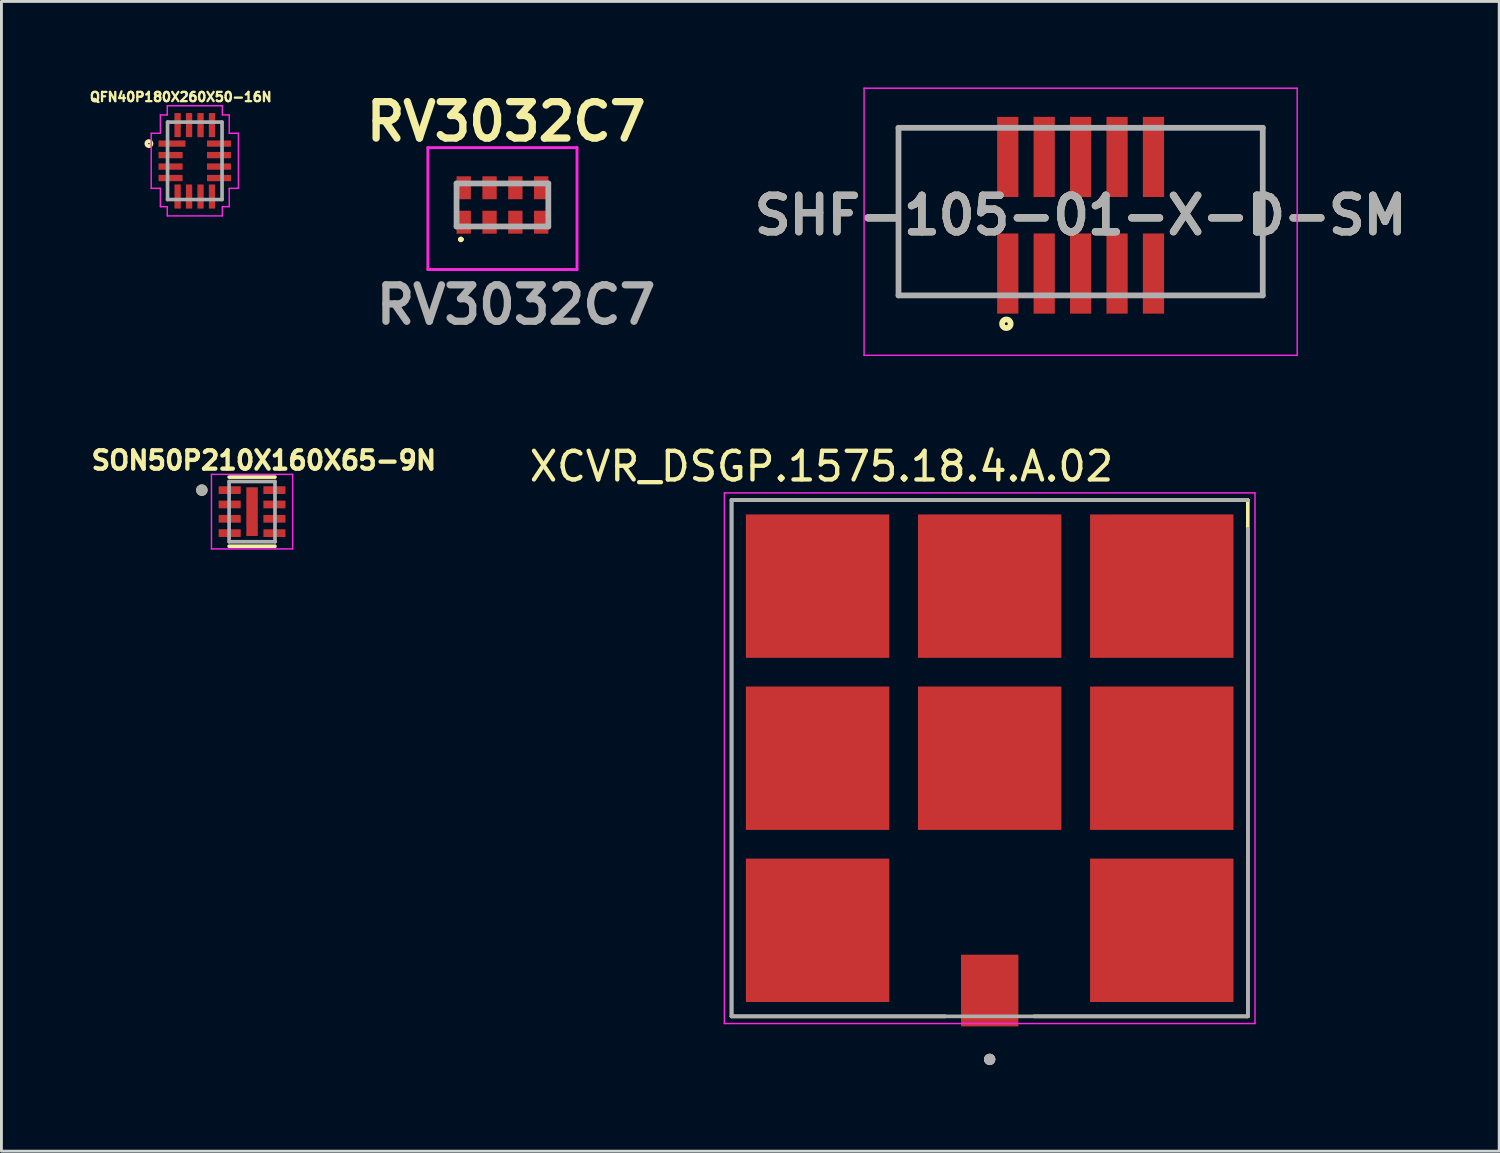
<source format=kicad_pcb>
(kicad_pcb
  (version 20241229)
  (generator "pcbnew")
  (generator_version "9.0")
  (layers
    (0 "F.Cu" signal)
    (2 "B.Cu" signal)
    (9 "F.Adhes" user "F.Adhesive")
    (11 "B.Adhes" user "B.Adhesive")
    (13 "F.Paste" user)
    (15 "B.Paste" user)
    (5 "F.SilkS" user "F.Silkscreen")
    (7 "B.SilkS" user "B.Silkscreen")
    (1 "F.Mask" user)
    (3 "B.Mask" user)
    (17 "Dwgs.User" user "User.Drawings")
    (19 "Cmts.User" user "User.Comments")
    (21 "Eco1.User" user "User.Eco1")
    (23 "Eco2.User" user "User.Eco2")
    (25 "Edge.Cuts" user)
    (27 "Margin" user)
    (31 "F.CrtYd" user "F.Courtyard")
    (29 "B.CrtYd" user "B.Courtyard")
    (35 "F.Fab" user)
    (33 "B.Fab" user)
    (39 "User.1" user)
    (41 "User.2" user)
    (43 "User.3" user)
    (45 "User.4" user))
  (footprint "XCVR_DSGP.1575.18.4.A.02"
    (layer "F.Cu")
    (at 31.456 23.386)
    (property "Reference" "XCVR_DSGP.1575.18.4.A.02" (at -5.865 -10.175 0) (layer "F.SilkS") (effects (font (size 1 1) (thickness 0.15))))
    (attr smd)
    (fp_line (start -9 -9) (end 9 -9) (stroke (width 0.127) (type solid)) (layer "F.SilkS"))
    (fp_line (start -9 9) (end -9 -9) (stroke (width 0.127) (type solid)) (layer "F.SilkS"))
    (fp_line (start -1.55 9) (end -9 9) (stroke (width 0.127) (type solid)) (layer "F.SilkS"))
    (fp_line (start 9 -9) (end 9 9) (stroke (width 0.127) (type solid)) (layer "F.SilkS"))
    (fp_line (start 9 9) (end 1.55 9) (stroke (width 0.127) (type solid)) (layer "F.SilkS"))
    (fp_circle (center 0 10.5) (end 0.1 10.5) (stroke (width 0.2) (type solid)) (fill no) (layer "F.SilkS"))
    (fp_poly (pts (xy -7.9 -7.9) (xy -4.1 -7.9) (xy -4.1 -4.1) (xy -7.9 -4.1)) (stroke (width 0.01) (type solid)) (fill yes) (layer "F.Paste"))
    (fp_poly (pts (xy -7.9 -1.9) (xy -4.1 -1.9) (xy -4.1 1.9) (xy -7.9 1.9)) (stroke (width 0.01) (type solid)) (fill yes) (layer "F.Paste"))
    (fp_poly (pts (xy -7.9 4.1) (xy -4.1 4.1) (xy -4.1 7.9) (xy -7.9 7.9)) (stroke (width 0.01) (type solid)) (fill yes) (layer "F.Paste"))
    (fp_poly (pts (xy -1.9 -7.9) (xy 1.9 -7.9) (xy 1.9 -4.1) (xy -1.9 -4.1)) (stroke (width 0.01) (type solid)) (fill yes) (layer "F.Paste"))
    (fp_poly (pts (xy -1.9 -1.9) (xy 1.9 -1.9) (xy 1.9 1.9) (xy -1.9 1.9)) (stroke (width 0.01) (type solid)) (fill yes) (layer "F.Paste"))
    (fp_poly (pts (xy -0.75 7.162) (xy 0.75 7.162) (xy 0.75 9.037) (xy -0.75 9.037)) (stroke (width 0.01) (type solid)) (fill yes) (layer "F.Paste"))
    (fp_poly (pts (xy 4.1 -7.9) (xy 7.9 -7.9) (xy 7.9 -4.1) (xy 4.1 -4.1)) (stroke (width 0.01) (type solid)) (fill yes) (layer "F.Paste"))
    (fp_poly (pts (xy 4.1 -1.9) (xy 7.9 -1.9) (xy 7.9 1.9) (xy 4.1 1.9)) (stroke (width 0.01) (type solid)) (fill yes) (layer "F.Paste"))
    (fp_poly (pts (xy 4.1 4.1) (xy 7.9 4.1) (xy 7.9 7.9) (xy 4.1 7.9)) (stroke (width 0.01) (type solid)) (fill yes) (layer "F.Paste"))
    (fp_line (start -9.25 -9.25) (end -9.25 9.25) (stroke (width 0.05) (type solid)) (layer "F.CrtYd"))
    (fp_line (start -9.25 -9.25) (end 9.25 -9.25) (stroke (width 0.05) (type solid)) (layer "F.CrtYd"))
    (fp_line (start 9.25 -9.25) (end 9.25 9.25) (stroke (width 0.05) (type solid)) (layer "F.CrtYd"))
    (fp_line (start 9.25 9.25) (end -9.25 9.25) (stroke (width 0.05) (type solid)) (layer "F.CrtYd"))
    (fp_line (start -9 -9) (end 9 -9) (stroke (width 0.127) (type solid)) (layer "F.Fab"))
    (fp_line (start -9 9) (end -9 -9) (stroke (width 0.127) (type solid)) (layer "F.Fab"))
    (fp_line (start 9 -8) (end 9 9) (stroke (width 0.127) (type solid)) (layer "F.Fab"))
    (fp_line (start 9 9) (end -9 9) (stroke (width 0.127) (type solid)) (layer "F.Fab"))
    (fp_circle (center 0 10.5) (end 0.1 10.5) (stroke (width 0.2) (type solid)) (fill no) (layer "F.Fab"))
    (pad "1" smd rect (at 0 8.1) (size 2 2.5) (layers "F.Cu" "F.Mask"))
    (pad "2" smd rect (at -6 6) (size 5 5) (layers "F.Cu" "F.Mask"))
    (pad "3" smd rect (at -6 0) (size 5 5) (layers "F.Cu" "F.Mask"))
    (pad "4" smd rect (at -6 -6) (size 5 5) (layers "F.Cu" "F.Mask"))
    (pad "5" smd rect (at 0 0) (size 5 5) (layers "F.Cu" "F.Mask"))
    (pad "6" smd rect (at 0 -6) (size 5 5) (layers "F.Cu" "F.Mask"))
    (pad "7" smd rect (at 6 6) (size 5 5) (layers "F.Cu" "F.Mask"))
    (pad "8" smd rect (at 6 0) (size 5 5) (layers "F.Cu" "F.Mask"))
    (pad "9" smd rect (at 6 -6) (size 5 5) (layers "F.Cu" "F.Mask"))
    (zone (net_name "") (layer "F.Cu") (hatch full 0.508) (connect_pads) (min_thickness 0.01) (filled_areas_thickness no) (keepout (tracks not_allowed) (vias not_allowed) (pads not_allowed) (copperpour not_allowed) (footprints allowed)) (placement (enabled no)) (fill) (polygon (pts (xy 30.456 33.236) (xy 29.456 33.236) (xy 29.456 29.736) (xy 33.456 29.736) (xy 33.456 33.236) (xy 32.456 33.236) (xy 32.456 30.236) (xy 30.456 30.236))))
    (zone (net_name "") (layers "F.Cu" "B.Cu") (hatch full 0.508) (connect_pads) (min_thickness 0.01) (filled_areas_thickness no) (keepout (tracks allowed) (vias not_allowed) (pads allowed) (copperpour allowed) (footprints allowed)) (placement (enabled no)) (fill) (polygon (pts (xy 30.456 33.236) (xy 29.456 33.236) (xy 29.456 29.736) (xy 33.456 29.736) (xy 33.456 33.236) (xy 32.456 33.236) (xy 32.456 30.236) (xy 30.456 30.236))))
    (zone (net_name "") (layer "B.Cu") (hatch full 0.508) (connect_pads) (min_thickness 0.01) (filled_areas_thickness no) (keepout (tracks not_allowed) (vias not_allowed) (pads not_allowed) (copperpour not_allowed) (footprints allowed)) (placement (enabled no)) (fill) (polygon (pts (xy 30.456 33.236) (xy 29.456 33.236) (xy 29.456 29.736) (xy 33.456 29.736) (xy 33.456 33.236) (xy 32.456 33.236) (xy 32.456 30.236) (xy 30.456 30.236)))))
  (footprint "QFN40P180X260X50-16N"
    (layer "F.Cu")
    (at 3.742 2.557)
    (property "Reference" "QFN40P180X260X50-16N" (at -0.489 -2.226 0) (layer "F.SilkS") (effects (font (size 0.323 0.323) (thickness 0.15))))
    (attr smd)
    (fp_circle (center -1.6 -0.6) (end -1.51 -0.6) (stroke (width 0.13) (type solid)) (fill no) (layer "F.SilkS"))
    (fp_line (start -1.52 -0.96) (end -1.52 0.96) (stroke (width 0.05) (type solid)) (layer "F.CrtYd"))
    (fp_line (start -1.52 0.96) (end -1.2 0.96) (stroke (width 0.05) (type solid)) (layer "F.CrtYd"))
    (fp_line (start -1.2 -1.6) (end -1.2 -0.96) (stroke (width 0.05) (type solid)) (layer "F.CrtYd"))
    (fp_line (start -1.2 -0.96) (end -1.52 -0.96) (stroke (width 0.05) (type solid)) (layer "F.CrtYd"))
    (fp_line (start -1.2 0.96) (end -1.2 1.6) (stroke (width 0.05) (type solid)) (layer "F.CrtYd"))
    (fp_line (start -1.2 1.6) (end -0.96 1.6) (stroke (width 0.05) (type solid)) (layer "F.CrtYd"))
    (fp_line (start -0.96 -1.92) (end -0.96 -1.6) (stroke (width 0.05) (type solid)) (layer "F.CrtYd"))
    (fp_line (start -0.96 -1.6) (end -1.2 -1.6) (stroke (width 0.05) (type solid)) (layer "F.CrtYd"))
    (fp_line (start -0.96 1.6) (end -0.96 1.92) (stroke (width 0.05) (type solid)) (layer "F.CrtYd"))
    (fp_line (start -0.96 1.92) (end 0.96 1.92) (stroke (width 0.05) (type solid)) (layer "F.CrtYd"))
    (fp_line (start 0.96 -1.92) (end -0.96 -1.92) (stroke (width 0.05) (type solid)) (layer "F.CrtYd"))
    (fp_line (start 0.96 -1.6) (end 0.96 -1.92) (stroke (width 0.05) (type solid)) (layer "F.CrtYd"))
    (fp_line (start 0.96 1.6) (end 1.2 1.6) (stroke (width 0.05) (type solid)) (layer "F.CrtYd"))
    (fp_line (start 0.96 1.92) (end 0.96 1.6) (stroke (width 0.05) (type solid)) (layer "F.CrtYd"))
    (fp_line (start 1.2 -1.6) (end 0.96 -1.6) (stroke (width 0.05) (type solid)) (layer "F.CrtYd"))
    (fp_line (start 1.2 -0.96) (end 1.2 -1.6) (stroke (width 0.05) (type solid)) (layer "F.CrtYd"))
    (fp_line (start 1.2 0.96) (end 1.52 0.96) (stroke (width 0.05) (type solid)) (layer "F.CrtYd"))
    (fp_line (start 1.2 1.6) (end 1.2 0.96) (stroke (width 0.05) (type solid)) (layer "F.CrtYd"))
    (fp_line (start 1.52 -0.96) (end 1.2 -0.96) (stroke (width 0.05) (type solid)) (layer "F.CrtYd"))
    (fp_line (start 1.52 0.96) (end 1.52 -0.96) (stroke (width 0.05) (type solid)) (layer "F.CrtYd"))
    (fp_line (start -0.95 -1.35) (end -0.95 1.35) (stroke (width 0.127) (type solid)) (layer "F.Fab"))
    (fp_line (start -0.95 1.35) (end 0.95 1.35) (stroke (width 0.127) (type solid)) (layer "F.Fab"))
    (fp_line (start 0.95 -1.35) (end -0.95 -1.35) (stroke (width 0.127) (type solid)) (layer "F.Fab"))
    (fp_line (start 0.95 1.35) (end 0.95 -1.35) (stroke (width 0.127) (type solid)) (layer "F.Fab"))
    (pad "1" smd roundrect (at -0.795 -0.6) (size 0.94 0.22) (layers "F.Cu" "F.Mask" "F.Paste") (roundrect_rratio 0.06))
    (pad "2" smd roundrect (at -0.845 -0.2) (size 0.84 0.22) (layers "F.Cu" "F.Mask" "F.Paste") (roundrect_rratio 0.06))
    (pad "3" smd roundrect (at -0.845 0.2) (size 0.84 0.22) (layers "F.Cu" "F.Mask" "F.Paste") (roundrect_rratio 0.06))
    (pad "4" smd roundrect (at -0.845 0.6) (size 0.84 0.22) (layers "F.Cu" "F.Mask" "F.Paste") (roundrect_rratio 0.06))
    (pad "5" smd roundrect (at -0.6 1.245 90) (size 0.84 0.22) (layers "F.Cu" "F.Mask" "F.Paste") (roundrect_rratio 0.06))
    (pad "6" smd roundrect (at -0.2 1.245 90) (size 0.84 0.22) (layers "F.Cu" "F.Mask" "F.Paste") (roundrect_rratio 0.06))
    (pad "7" smd roundrect (at 0.2 1.245 90) (size 0.84 0.22) (layers "F.Cu" "F.Mask" "F.Paste") (roundrect_rratio 0.06))
    (pad "8" smd roundrect (at 0.6 1.245 90) (size 0.84 0.22) (layers "F.Cu" "F.Mask" "F.Paste") (roundrect_rratio 0.06))
    (pad "9" smd roundrect (at 0.845 0.6 180) (size 0.84 0.22) (layers "F.Cu" "F.Mask" "F.Paste") (roundrect_rratio 0.06))
    (pad "10" smd roundrect (at 0.845 0.2 180) (size 0.84 0.22) (layers "F.Cu" "F.Mask" "F.Paste") (roundrect_rratio 0.06))
    (pad "11" smd roundrect (at 0.845 -0.2 180) (size 0.84 0.22) (layers "F.Cu" "F.Mask" "F.Paste") (roundrect_rratio 0.06))
    (pad "12" smd roundrect (at 0.845 -0.6 180) (size 0.84 0.22) (layers "F.Cu" "F.Mask" "F.Paste") (roundrect_rratio 0.06))
    (pad "13" smd roundrect (at 0.6 -1.245 270) (size 0.84 0.22) (layers "F.Cu" "F.Mask" "F.Paste") (roundrect_rratio 0.06))
    (pad "14" smd roundrect (at 0.2 -1.245 270) (size 0.84 0.22) (layers "F.Cu" "F.Mask" "F.Paste") (roundrect_rratio 0.06))
    (pad "15" smd roundrect (at -0.2 -1.245 270) (size 0.84 0.22) (layers "F.Cu" "F.Mask" "F.Paste") (roundrect_rratio 0.06))
    (pad "16" smd roundrect (at -0.6 -1.245 270) (size 0.84 0.22) (layers "F.Cu" "F.Mask" "F.Paste") (roundrect_rratio 0.06)))
  (footprint "RV3032C7"
    (layer "F.Cu")
    (at 14.468 4.097)
    (property "Reference" "RV3032C7" (at 0.131 -2.908 0) (layer "F.SilkS") (effects (font (size 1.27 1.27) (thickness 0.254))))
    (attr smd)
    (fp_line (start -1.5 1.2) (end -1.5 1.2) (stroke (width 0.1) (type solid)) (layer "F.SilkS"))
    (fp_line (start -1.4 1.2) (end -1.4 1.2) (stroke (width 0.1) (type solid)) (layer "F.SilkS"))
    (fp_arc (start -1.5 1.2) (mid -1.45 1.15) (end -1.4 1.2) (stroke (width 0.1) (type solid)) (layer "F.SilkS"))
    (fp_arc (start -1.4 1.2) (mid -1.45 1.25) (end -1.5 1.2) (stroke (width 0.1) (type solid)) (layer "F.SilkS"))
    (fp_line (start -2.6 -2) (end 2.6 -2) (stroke (width 0.1) (type solid)) (layer "F.CrtYd"))
    (fp_line (start -2.6 2.25) (end -2.6 -2) (stroke (width 0.1) (type solid)) (layer "F.CrtYd"))
    (fp_line (start 2.6 -2) (end 2.6 2.25) (stroke (width 0.1) (type solid)) (layer "F.CrtYd"))
    (fp_line (start 2.6 2.25) (end -2.6 2.25) (stroke (width 0.1) (type solid)) (layer "F.CrtYd"))
    (fp_line (start -1.6 -0.75) (end 1.6 -0.75) (stroke (width 0.2) (type solid)) (layer "F.Fab"))
    (fp_line (start -1.6 0.75) (end -1.6 -0.75) (stroke (width 0.2) (type solid)) (layer "F.Fab"))
    (fp_line (start 1.6 -0.75) (end 1.6 0.75) (stroke (width 0.2) (type solid)) (layer "F.Fab"))
    (fp_line (start 1.6 0.75) (end -1.6 0.75) (stroke (width 0.2) (type solid)) (layer "F.Fab"))
    (fp_text user "${REFERENCE}" (at 0.474 3.479 0) (layer "F.Fab") (effects (font (size 1.27 1.27) (thickness 0.254))))
    (pad "1" smd rect (at -1.35 0.6) (size 0.5 0.8) (layers "F.Cu" "F.Mask" "F.Paste"))
    (pad "2" smd rect (at -0.45 0.6) (size 0.5 0.8) (layers "F.Cu" "F.Mask" "F.Paste"))
    (pad "3" smd rect (at 0.45 0.6) (size 0.5 0.8) (layers "F.Cu" "F.Mask" "F.Paste"))
    (pad "4" smd rect (at 1.35 0.6) (size 0.5 0.8) (layers "F.Cu" "F.Mask" "F.Paste"))
    (pad "5" smd rect (at 1.35 -0.6) (size 0.5 0.8) (layers "F.Cu" "F.Mask" "F.Paste"))
    (pad "6" smd rect (at 0.45 -0.6) (size 0.5 0.8) (layers "F.Cu" "F.Mask" "F.Paste"))
    (pad "7" smd rect (at -0.45 -0.6) (size 0.5 0.8) (layers "F.Cu" "F.Mask" "F.Paste"))
    (pad "8" smd rect (at -1.35 -0.6) (size 0.5 0.8) (layers "F.Cu" "F.Mask" "F.Paste")))
  (footprint "SHF-105-01-X-D-SM"
    (layer "F.Cu")
    (at 34.627 4.455)
    (property "Reference" "SHF-105-01-X-D-SM" (at 0 0 0) (layer "F.SilkS") (effects (font (size 1.27 1.27) (thickness 0.254))))
    (attr smd)
    (fp_line (start -6.35 2.795) (end -6.35 -3.05) (stroke (width 0.1) (type solid)) (layer "F.SilkS"))
    (fp_line (start 6.35 -3.05) (end 6.35 2.795) (stroke (width 0.1) (type solid)) (layer "F.SilkS"))
    (fp_circle (center -2.59 3.783) (end -2.59 3.833) (stroke (width 0.2) (type solid)) (fill no) (layer "F.SilkS"))
    (fp_line (start -7.55 -4.43) (end 7.55 -4.43) (stroke (width 0.05) (type solid)) (layer "F.CrtYd"))
    (fp_line (start -7.55 4.883) (end -7.55 -4.43) (stroke (width 0.05) (type solid)) (layer "F.CrtYd"))
    (fp_line (start 7.55 -4.43) (end 7.55 4.883) (stroke (width 0.05) (type solid)) (layer "F.CrtYd"))
    (fp_line (start 7.55 4.883) (end -7.55 4.883) (stroke (width 0.05) (type solid)) (layer "F.CrtYd"))
    (fp_line (start -6.35 -3.05) (end 6.35 -3.05) (stroke (width 0.2) (type solid)) (layer "F.Fab"))
    (fp_line (start -6.35 2.795) (end -6.35 -3.05) (stroke (width 0.2) (type solid)) (layer "F.Fab"))
    (fp_line (start 6.35 -3.05) (end 6.35 2.795) (stroke (width 0.2) (type solid)) (layer "F.Fab"))
    (fp_line (start 6.35 2.795) (end -6.35 2.795) (stroke (width 0.2) (type solid)) (layer "F.Fab"))
    (fp_text user "${REFERENCE}" (at 0 0 0) (layer "F.Fab") (effects (font (size 1.27 1.27) (thickness 0.254))))
    (pad "1" smd rect (at -2.54 2.033) (size 0.74 2.795) (layers "F.Cu" "F.Mask" "F.Paste"))
    (pad "2" smd rect (at -2.54 -2.033) (size 0.74 2.795) (layers "F.Cu" "F.Mask" "F.Paste"))
    (pad "3" smd rect (at -1.27 2.033) (size 0.74 2.795) (layers "F.Cu" "F.Mask" "F.Paste"))
    (pad "4" smd rect (at -1.27 -2.033) (size 0.74 2.795) (layers "F.Cu" "F.Mask" "F.Paste"))
    (pad "5" smd rect (at 0 2.033) (size 0.74 2.795) (layers "F.Cu" "F.Mask" "F.Paste"))
    (pad "6" smd rect (at 0 -2.033) (size 0.74 2.795) (layers "F.Cu" "F.Mask" "F.Paste"))
    (pad "7" smd rect (at 1.27 2.033) (size 0.74 2.795) (layers "F.Cu" "F.Mask" "F.Paste"))
    (pad "8" smd rect (at 1.27 -2.033) (size 0.74 2.795) (layers "F.Cu" "F.Mask" "F.Paste"))
    (pad "9" smd rect (at 2.54 2.033) (size 0.74 2.795) (layers "F.Cu" "F.Mask" "F.Paste"))
    (pad "10" smd rect (at 2.54 -2.033) (size 0.74 2.795) (layers "F.Cu" "F.Mask" "F.Paste")))
  (footprint "SON50P210X160X65-9N"
    (layer "F.Cu")
    (at 5.738 14.789)
    (property "Reference" "SON50P210X160X65-9N" (at 0.412 -1.788 0) (layer "F.SilkS") (effects (font (size 0.64 0.64) (thickness 0.15))))
    (attr smd)
    (fp_line (start -0.8 -1.205) (end 0.8 -1.205) (stroke (width 0.127) (type solid)) (layer "F.SilkS"))
    (fp_line (start -0.8 1.205) (end 0.8 1.205) (stroke (width 0.127) (type solid)) (layer "F.SilkS"))
    (fp_circle (center -1.75 -0.75) (end -1.65 -0.75) (stroke (width 0.2) (type solid)) (fill no) (layer "F.SilkS"))
    (fp_poly (pts (xy -0.13 -0.54) (xy 0.13 -0.54) (xy 0.13 0.54) (xy -0.13 0.54)) (stroke (width 0.01) (type solid)) (fill yes) (layer "F.Paste"))
    (fp_line (start -1.415 -1.3) (end -1.415 1.3) (stroke (width 0.05) (type solid)) (layer "F.CrtYd"))
    (fp_line (start -1.415 -1.3) (end 1.415 -1.3) (stroke (width 0.05) (type solid)) (layer "F.CrtYd"))
    (fp_line (start -1.415 1.3) (end 1.415 1.3) (stroke (width 0.05) (type solid)) (layer "F.CrtYd"))
    (fp_line (start 1.415 -1.3) (end 1.415 1.3) (stroke (width 0.05) (type solid)) (layer "F.CrtYd"))
    (fp_line (start -0.8 -1.05) (end -0.8 1.05) (stroke (width 0.127) (type solid)) (layer "F.Fab"))
    (fp_line (start -0.8 -1.05) (end 0.8 -1.05) (stroke (width 0.127) (type solid)) (layer "F.Fab"))
    (fp_line (start -0.8 1.05) (end 0.8 1.05) (stroke (width 0.127) (type solid)) (layer "F.Fab"))
    (fp_line (start 0.8 -1.05) (end 0.8 1.05) (stroke (width 0.127) (type solid)) (layer "F.Fab"))
    (fp_circle (center -1.75 -0.75) (end -1.65 -0.75) (stroke (width 0.2) (type solid)) (fill no) (layer "F.Fab"))
    (pad "1" smd roundrect (at -0.78 -0.75) (size 0.77 0.27) (layers "F.Cu" "F.Mask" "F.Paste") (roundrect_rratio 0.03))
    (pad "2" smd roundrect (at -0.78 -0.25) (size 0.77 0.27) (layers "F.Cu" "F.Mask" "F.Paste") (roundrect_rratio 0.03))
    (pad "3" smd roundrect (at -0.78 0.25) (size 0.77 0.27) (layers "F.Cu" "F.Mask" "F.Paste") (roundrect_rratio 0.03))
    (pad "4" smd roundrect (at -0.78 0.75) (size 0.77 0.27) (layers "F.Cu" "F.Mask" "F.Paste") (roundrect_rratio 0.03))
    (pad "5" smd roundrect (at 0.78 0.75) (size 0.77 0.27) (layers "F.Cu" "F.Mask" "F.Paste") (roundrect_rratio 0.03))
    (pad "6" smd roundrect (at 0.78 0.25) (size 0.77 0.27) (layers "F.Cu" "F.Mask" "F.Paste") (roundrect_rratio 0.03))
    (pad "7" smd roundrect (at 0.78 -0.25) (size 0.77 0.27) (layers "F.Cu" "F.Mask" "F.Paste") (roundrect_rratio 0.03))
    (pad "8" smd roundrect (at 0.78 -0.75) (size 0.77 0.27) (layers "F.Cu" "F.Mask" "F.Paste") (roundrect_rratio 0.03))
    (pad "9" smd rect (at 0 0) (size 0.4 1.7) (layers "F.Cu" "F.Mask")))
  (gr_rect
    (start -3 -3)
    (end 49.221 37.086)
    (stroke (width 0.1) (type default))
    (fill no)
    (layer "Edge.Cuts")))
</source>
